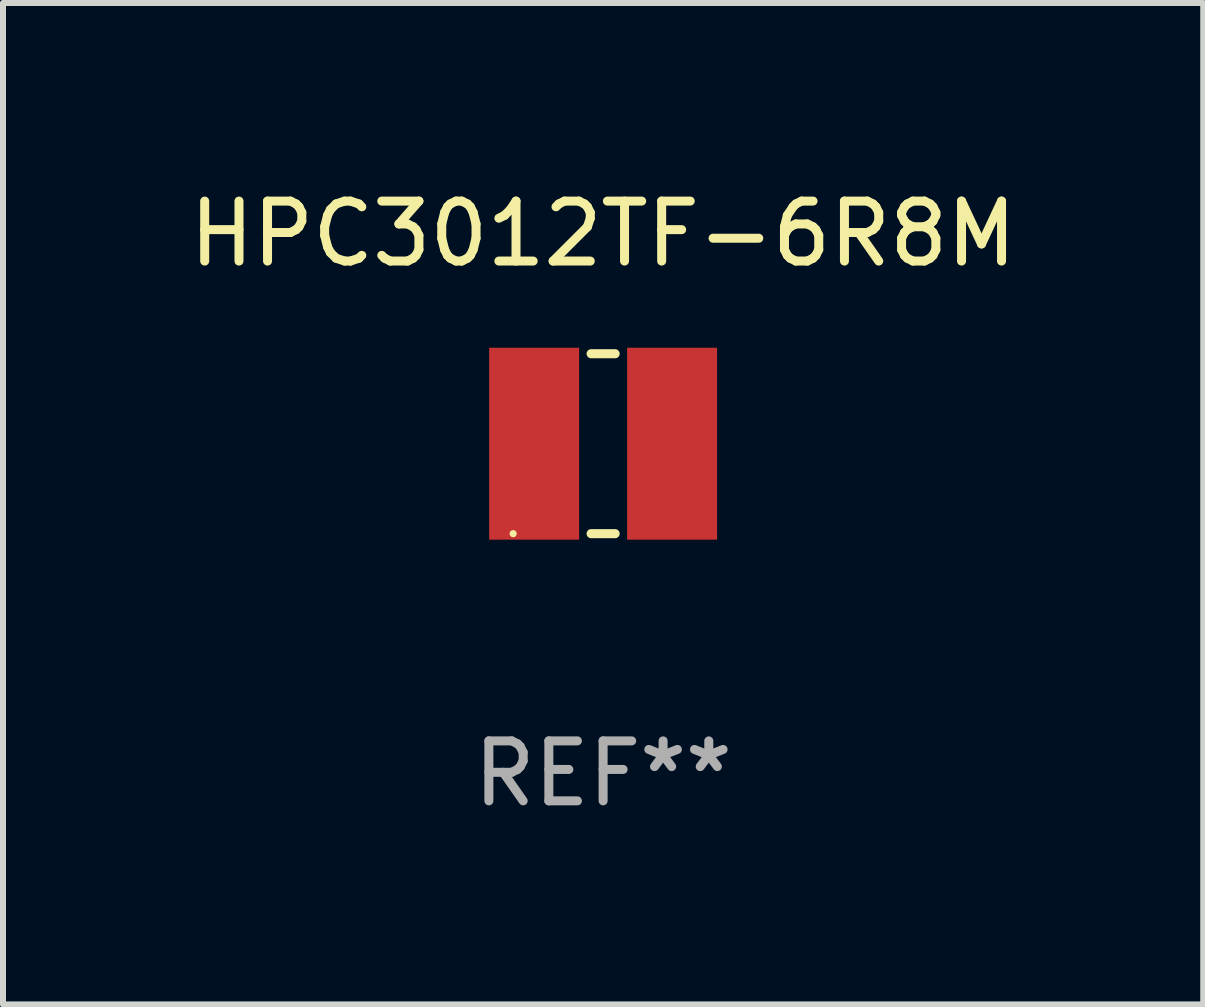
<source format=kicad_pcb>
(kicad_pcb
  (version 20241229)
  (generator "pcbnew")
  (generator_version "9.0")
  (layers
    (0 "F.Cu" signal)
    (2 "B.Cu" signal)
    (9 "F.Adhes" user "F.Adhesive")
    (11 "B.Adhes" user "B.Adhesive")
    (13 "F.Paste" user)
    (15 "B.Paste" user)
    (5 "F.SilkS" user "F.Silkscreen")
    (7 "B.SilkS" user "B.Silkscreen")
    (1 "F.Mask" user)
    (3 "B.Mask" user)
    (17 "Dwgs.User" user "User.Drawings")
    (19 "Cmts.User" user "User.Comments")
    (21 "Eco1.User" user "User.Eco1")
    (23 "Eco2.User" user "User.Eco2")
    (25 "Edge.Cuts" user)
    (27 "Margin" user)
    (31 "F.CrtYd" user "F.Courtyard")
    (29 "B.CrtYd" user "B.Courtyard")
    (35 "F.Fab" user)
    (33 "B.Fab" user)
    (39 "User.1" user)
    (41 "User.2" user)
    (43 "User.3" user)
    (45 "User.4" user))
  (footprint "HPC3012TF-6R8M"
    (layer "F.Cu")
    (at 7.006 4.348)
    (property "Reference" "HPC3012TF-6R8M" (at 0 -3.5 0) (layer "F.SilkS") (effects (font (size 1 1) (thickness 0.15))))
    (attr through_hole)
    (fp_line (start -0.2 -1.5) (end 0.2 -1.5) (stroke (width 0.152) (type solid)) (layer "F.SilkS"))
    (fp_line (start 0.2 1.5) (end -0.2 1.5) (stroke (width 0.152) (type solid)) (layer "F.SilkS"))
    (fp_circle (center -1.5 1.5) (end -1.47 1.5) (stroke (width 0.06) (type solid)) (fill no) (layer "F.SilkS"))
    (fp_text user "REF**" (at 0 5.5 0) (layer "F.Fab") (effects (font (size 1 1) (thickness 0.15))))
    (pad "1" smd rect (at -1.15 -0.000025) (size 1.5 3.2) (layers "F.Cu" "F.Mask" "F.Paste"))
    (pad "2" smd rect (at 1.15 -0.000025) (size 1.5 3.2) (layers "F.Cu" "F.Mask" "F.Paste")))
  (gr_rect
    (start -3 -3)
    (end 17.012 13.697)
    (stroke (width 0.1) (type default))
    (fill no)
    (layer "Edge.Cuts")))
</source>
